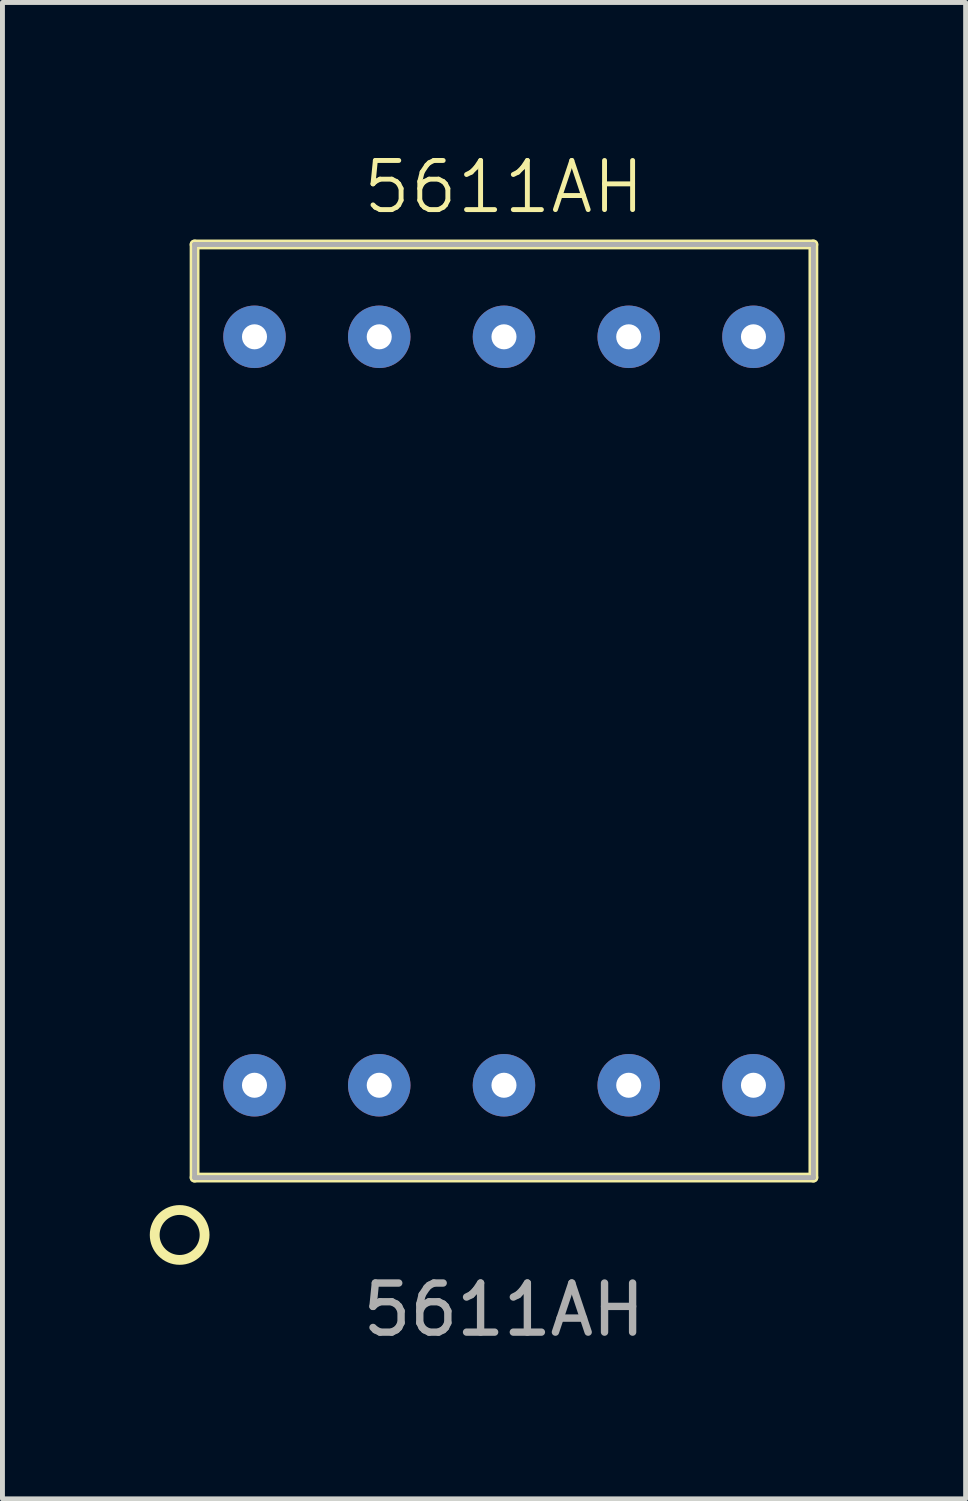
<source format=kicad_pcb>
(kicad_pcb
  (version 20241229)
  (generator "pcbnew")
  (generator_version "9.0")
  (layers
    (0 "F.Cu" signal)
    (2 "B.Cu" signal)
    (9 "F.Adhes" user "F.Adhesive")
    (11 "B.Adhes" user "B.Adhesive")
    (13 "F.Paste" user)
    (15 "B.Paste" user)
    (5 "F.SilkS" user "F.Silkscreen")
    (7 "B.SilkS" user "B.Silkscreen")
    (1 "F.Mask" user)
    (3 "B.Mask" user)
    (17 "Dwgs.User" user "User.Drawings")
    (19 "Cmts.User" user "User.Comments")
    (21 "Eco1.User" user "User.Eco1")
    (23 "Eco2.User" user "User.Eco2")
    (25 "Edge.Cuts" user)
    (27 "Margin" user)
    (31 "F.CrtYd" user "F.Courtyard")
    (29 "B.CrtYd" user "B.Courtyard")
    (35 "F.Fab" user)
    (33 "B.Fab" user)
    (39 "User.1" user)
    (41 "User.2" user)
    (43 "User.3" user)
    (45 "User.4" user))
  (footprint "5611AH"
    (layer "F.Cu")
    (at 7.212 11.428)
    (property "Reference" "5611AH" (at 0 -10.668 0) (unlocked yes) (layer "F.SilkS") (effects (font (size 1 1) (thickness 0.1))))
    (attr through_hole)
    (fp_line (start -6.3 -9.5) (end -6.3 9.5) (stroke (width 0.2) (type default)) (layer "F.SilkS"))
    (fp_line (start -6.3 -9.5) (end 6.3 -9.5) (stroke (width 0.2) (type default)) (layer "F.SilkS"))
    (fp_line (start -6.3 9.5) (end 6.3 9.5) (stroke (width 0.2) (type default)) (layer "F.SilkS"))
    (fp_line (start 6.3 -9.5) (end 6.3 9.5) (stroke (width 0.2) (type default)) (layer "F.SilkS"))
    (fp_circle (center -6.604 10.668) (end -6.096 10.668) (stroke (width 0.2) (type default)) (fill no) (layer "F.SilkS"))
    (fp_line (start -6.3 -9.5) (end -6.3 9.5) (stroke (width 0.1) (type default)) (layer "F.Fab"))
    (fp_line (start -6.3 -9.5) (end 6.3 -9.5) (stroke (width 0.1) (type default)) (layer "F.Fab"))
    (fp_line (start -6.3 9.5) (end 6.3 9.5) (stroke (width 0.1) (type default)) (layer "F.Fab"))
    (fp_line (start 6.3 -9.5) (end 6.3 9.5) (stroke (width 0.1) (type default)) (layer "F.Fab"))
    (fp_text user "${REFERENCE}" (at 0 12.192 0) (unlocked yes) (layer "F.Fab") (effects (font (size 1 1) (thickness 0.15))))
    (pad "1" thru_hole circle (at -5.08 7.62) (size 1.272 1.272) (drill 0.51) (layers "*.Cu" "*.Mask"))
    (pad "2" thru_hole circle (at -2.54 7.62) (size 1.272 1.272) (drill 0.51) (layers "*.Cu" "*.Mask"))
    (pad "3" thru_hole circle (at 0 7.62) (size 1.272 1.272) (drill 0.51) (layers "*.Cu" "*.Mask"))
    (pad "4" thru_hole circle (at 2.54 7.62) (size 1.272 1.272) (drill 0.51) (layers "*.Cu" "*.Mask"))
    (pad "5" thru_hole circle (at 5.08 7.62) (size 1.272 1.272) (drill 0.51) (layers "*.Cu" "*.Mask"))
    (pad "6" thru_hole circle (at 5.08 -7.62) (size 1.272 1.272) (drill 0.51) (layers "*.Cu" "*.Mask"))
    (pad "7" thru_hole circle (at 2.54 -7.62) (size 1.272 1.272) (drill 0.51) (layers "*.Cu" "*.Mask"))
    (pad "8" thru_hole circle (at 0 -7.62) (size 1.272 1.272) (drill 0.51) (layers "*.Cu" "*.Mask"))
    (pad "9" thru_hole circle (at -2.54 -7.62) (size 1.272 1.272) (drill 0.51) (layers "*.Cu" "*.Mask"))
    (pad "10" thru_hole circle (at -5.08 -7.62) (size 1.272 1.272) (drill 0.51) (layers "*.Cu" "*.Mask")))
  (gr_rect
    (start -3 -3)
    (end 16.612 27.469)
    (stroke (width 0.1) (type default))
    (fill no)
    (layer "Edge.Cuts")))
</source>
